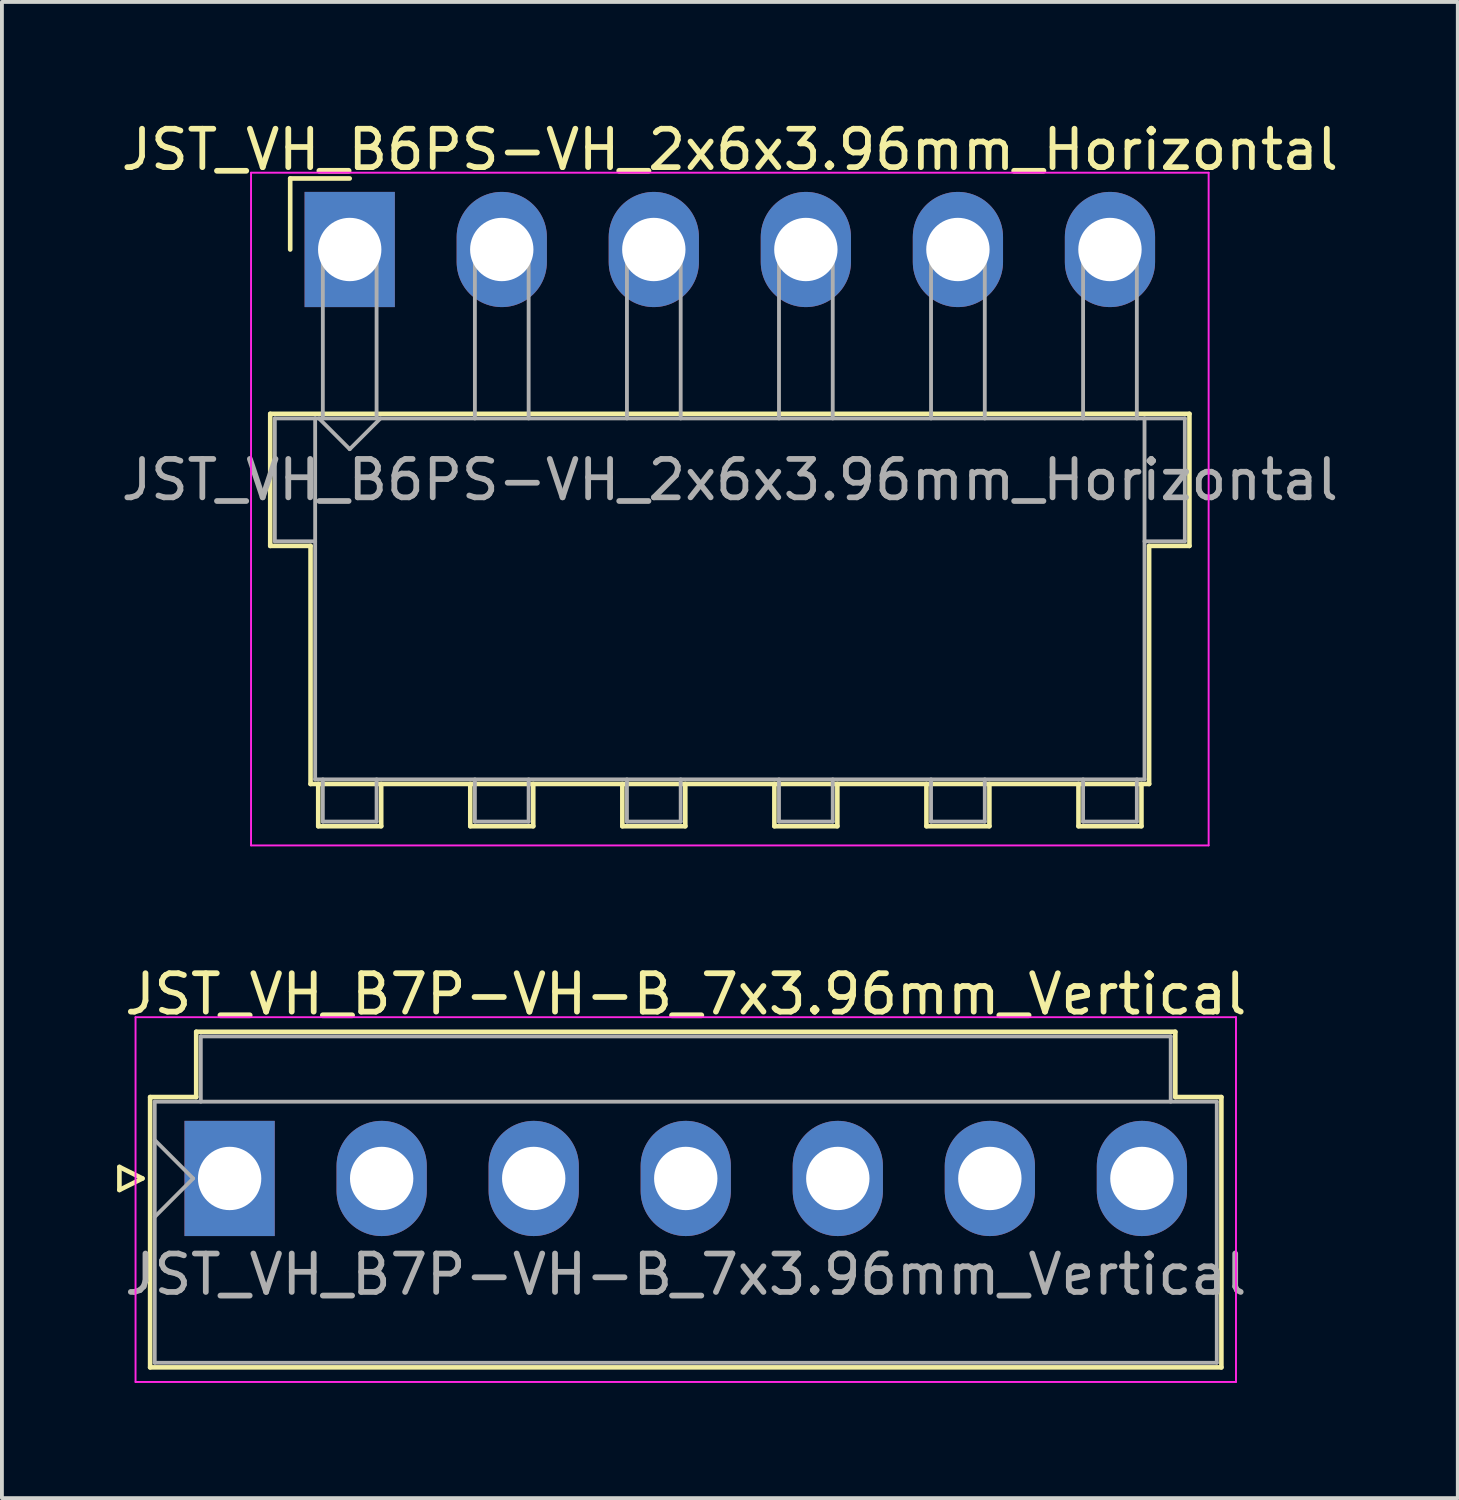
<source format=kicad_pcb>
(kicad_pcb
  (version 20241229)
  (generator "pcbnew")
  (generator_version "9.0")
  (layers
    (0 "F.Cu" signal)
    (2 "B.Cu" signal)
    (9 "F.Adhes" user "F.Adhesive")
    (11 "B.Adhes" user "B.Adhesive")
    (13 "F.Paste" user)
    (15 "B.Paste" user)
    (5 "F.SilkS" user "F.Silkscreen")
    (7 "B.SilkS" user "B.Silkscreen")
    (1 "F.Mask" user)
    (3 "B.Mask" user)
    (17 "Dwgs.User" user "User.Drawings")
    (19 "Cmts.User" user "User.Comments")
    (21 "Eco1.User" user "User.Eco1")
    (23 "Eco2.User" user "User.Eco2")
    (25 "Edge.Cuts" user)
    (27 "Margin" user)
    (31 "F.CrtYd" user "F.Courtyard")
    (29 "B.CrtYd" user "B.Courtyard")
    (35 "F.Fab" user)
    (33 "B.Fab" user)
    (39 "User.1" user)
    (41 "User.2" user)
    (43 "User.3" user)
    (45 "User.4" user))
  (footprint "JST_VH_B6PS-VH_2x6x3.96mm_Horizontal"
    (layer "F.Cu")
    (at 6.058 3.448)
    (property "Reference" "JST_VH_B6PS-VH_2x6x3.96mm_Horizontal" (at 9.9 -2.6 0) (layer "F.SilkS") (effects (font (size 1 1) (thickness 0.15))))
    (attr through_hole)
    (fp_line (start -2.07 4.28) (end 21.87 4.28) (stroke (width 0.12) (type solid)) (layer "F.SilkS"))
    (fp_line (start -2.07 7.72) (end -2.07 4.28) (stroke (width 0.12) (type solid)) (layer "F.SilkS"))
    (fp_line (start -1.55 -1.85) (end -1.55 0) (stroke (width 0.12) (type solid)) (layer "F.SilkS"))
    (fp_line (start -1.02 7.72) (end -2.07 7.72) (stroke (width 0.12) (type solid)) (layer "F.SilkS"))
    (fp_line (start -1.02 13.92) (end -1.02 7.72) (stroke (width 0.12) (type solid)) (layer "F.SilkS"))
    (fp_line (start -0.82 13.92) (end -0.82 15.02) (stroke (width 0.12) (type solid)) (layer "F.SilkS"))
    (fp_line (start -0.82 15.02) (end 0.82 15.02) (stroke (width 0.12) (type solid)) (layer "F.SilkS"))
    (fp_line (start 0 -1.85) (end -1.55 -1.85) (stroke (width 0.12) (type solid)) (layer "F.SilkS"))
    (fp_line (start 0.82 15.02) (end 0.82 13.92) (stroke (width 0.12) (type solid)) (layer "F.SilkS"))
    (fp_line (start 3.14 13.92) (end 3.14 15.02) (stroke (width 0.12) (type solid)) (layer "F.SilkS"))
    (fp_line (start 3.14 15.02) (end 4.78 15.02) (stroke (width 0.12) (type solid)) (layer "F.SilkS"))
    (fp_line (start 4.78 15.02) (end 4.78 13.92) (stroke (width 0.12) (type solid)) (layer "F.SilkS"))
    (fp_line (start 7.1 13.92) (end 7.1 15.02) (stroke (width 0.12) (type solid)) (layer "F.SilkS"))
    (fp_line (start 7.1 15.02) (end 8.74 15.02) (stroke (width 0.12) (type solid)) (layer "F.SilkS"))
    (fp_line (start 8.74 15.02) (end 8.74 13.92) (stroke (width 0.12) (type solid)) (layer "F.SilkS"))
    (fp_line (start 11.06 13.92) (end 11.06 15.02) (stroke (width 0.12) (type solid)) (layer "F.SilkS"))
    (fp_line (start 11.06 15.02) (end 12.7 15.02) (stroke (width 0.12) (type solid)) (layer "F.SilkS"))
    (fp_line (start 12.7 15.02) (end 12.7 13.92) (stroke (width 0.12) (type solid)) (layer "F.SilkS"))
    (fp_line (start 15.02 13.92) (end 15.02 15.02) (stroke (width 0.12) (type solid)) (layer "F.SilkS"))
    (fp_line (start 15.02 15.02) (end 16.66 15.02) (stroke (width 0.12) (type solid)) (layer "F.SilkS"))
    (fp_line (start 16.66 15.02) (end 16.66 13.92) (stroke (width 0.12) (type solid)) (layer "F.SilkS"))
    (fp_line (start 18.98 13.92) (end 18.98 15.02) (stroke (width 0.12) (type solid)) (layer "F.SilkS"))
    (fp_line (start 18.98 15.02) (end 20.62 15.02) (stroke (width 0.12) (type solid)) (layer "F.SilkS"))
    (fp_line (start 20.62 15.02) (end 20.62 13.92) (stroke (width 0.12) (type solid)) (layer "F.SilkS"))
    (fp_line (start 20.82 7.72) (end 20.82 13.92) (stroke (width 0.12) (type solid)) (layer "F.SilkS"))
    (fp_line (start 20.82 13.92) (end -1.02 13.92) (stroke (width 0.12) (type solid)) (layer "F.SilkS"))
    (fp_line (start 21.87 4.28) (end 21.87 7.72) (stroke (width 0.12) (type solid)) (layer "F.SilkS"))
    (fp_line (start 21.87 7.72) (end 20.82 7.72) (stroke (width 0.12) (type solid)) (layer "F.SilkS"))
    (fp_line (start -2.57 -2) (end -2.57 15.52) (stroke (width 0.05) (type solid)) (layer "F.CrtYd"))
    (fp_line (start -2.57 15.52) (end 22.37 15.52) (stroke (width 0.05) (type solid)) (layer "F.CrtYd"))
    (fp_line (start 22.37 -2) (end -2.57 -2) (stroke (width 0.05) (type solid)) (layer "F.CrtYd"))
    (fp_line (start 22.37 15.52) (end 22.37 -2) (stroke (width 0.05) (type solid)) (layer "F.CrtYd"))
    (fp_line (start -1.95 4.4) (end -0.9 4.4) (stroke (width 0.1) (type solid)) (layer "F.Fab"))
    (fp_line (start -1.95 7.6) (end -1.95 4.4) (stroke (width 0.1) (type solid)) (layer "F.Fab"))
    (fp_line (start -0.9 4.4) (end -0.9 13.8) (stroke (width 0.1) (type solid)) (layer "F.Fab"))
    (fp_line (start -0.9 7.6) (end -1.95 7.6) (stroke (width 0.1) (type solid)) (layer "F.Fab"))
    (fp_line (start -0.9 13.8) (end 20.7 13.8) (stroke (width 0.1) (type solid)) (layer "F.Fab"))
    (fp_line (start -0.8 4.4) (end 0 5.2) (stroke (width 0.1) (type solid)) (layer "F.Fab"))
    (fp_line (start -0.7 0) (end 0.7 0) (stroke (width 0.1) (type solid)) (layer "F.Fab"))
    (fp_line (start -0.7 4.4) (end -0.7 0) (stroke (width 0.1) (type solid)) (layer "F.Fab"))
    (fp_line (start -0.7 13.8) (end -0.7 14.9) (stroke (width 0.1) (type solid)) (layer "F.Fab"))
    (fp_line (start -0.7 14.9) (end 0.7 14.9) (stroke (width 0.1) (type solid)) (layer "F.Fab"))
    (fp_line (start 0 5.2) (end 0.8 4.4) (stroke (width 0.1) (type solid)) (layer "F.Fab"))
    (fp_line (start 0.7 0) (end 0.7 4.4) (stroke (width 0.1) (type solid)) (layer "F.Fab"))
    (fp_line (start 0.7 14.9) (end 0.7 13.8) (stroke (width 0.1) (type solid)) (layer "F.Fab"))
    (fp_line (start 3.26 0) (end 4.66 0) (stroke (width 0.1) (type solid)) (layer "F.Fab"))
    (fp_line (start 3.26 4.4) (end 3.26 0) (stroke (width 0.1) (type solid)) (layer "F.Fab"))
    (fp_line (start 3.26 13.8) (end 3.26 14.9) (stroke (width 0.1) (type solid)) (layer "F.Fab"))
    (fp_line (start 3.26 14.9) (end 4.66 14.9) (stroke (width 0.1) (type solid)) (layer "F.Fab"))
    (fp_line (start 4.66 0) (end 4.66 4.4) (stroke (width 0.1) (type solid)) (layer "F.Fab"))
    (fp_line (start 4.66 14.9) (end 4.66 13.8) (stroke (width 0.1) (type solid)) (layer "F.Fab"))
    (fp_line (start 7.22 0) (end 8.62 0) (stroke (width 0.1) (type solid)) (layer "F.Fab"))
    (fp_line (start 7.22 4.4) (end 7.22 0) (stroke (width 0.1) (type solid)) (layer "F.Fab"))
    (fp_line (start 7.22 13.8) (end 7.22 14.9) (stroke (width 0.1) (type solid)) (layer "F.Fab"))
    (fp_line (start 7.22 14.9) (end 8.62 14.9) (stroke (width 0.1) (type solid)) (layer "F.Fab"))
    (fp_line (start 8.62 0) (end 8.62 4.4) (stroke (width 0.1) (type solid)) (layer "F.Fab"))
    (fp_line (start 8.62 14.9) (end 8.62 13.8) (stroke (width 0.1) (type solid)) (layer "F.Fab"))
    (fp_line (start 11.18 0) (end 12.58 0) (stroke (width 0.1) (type solid)) (layer "F.Fab"))
    (fp_line (start 11.18 4.4) (end 11.18 0) (stroke (width 0.1) (type solid)) (layer "F.Fab"))
    (fp_line (start 11.18 13.8) (end 11.18 14.9) (stroke (width 0.1) (type solid)) (layer "F.Fab"))
    (fp_line (start 11.18 14.9) (end 12.58 14.9) (stroke (width 0.1) (type solid)) (layer "F.Fab"))
    (fp_line (start 12.58 0) (end 12.58 4.4) (stroke (width 0.1) (type solid)) (layer "F.Fab"))
    (fp_line (start 12.58 14.9) (end 12.58 13.8) (stroke (width 0.1) (type solid)) (layer "F.Fab"))
    (fp_line (start 15.14 0) (end 16.54 0) (stroke (width 0.1) (type solid)) (layer "F.Fab"))
    (fp_line (start 15.14 4.4) (end 15.14 0) (stroke (width 0.1) (type solid)) (layer "F.Fab"))
    (fp_line (start 15.14 13.8) (end 15.14 14.9) (stroke (width 0.1) (type solid)) (layer "F.Fab"))
    (fp_line (start 15.14 14.9) (end 16.54 14.9) (stroke (width 0.1) (type solid)) (layer "F.Fab"))
    (fp_line (start 16.54 0) (end 16.54 4.4) (stroke (width 0.1) (type solid)) (layer "F.Fab"))
    (fp_line (start 16.54 14.9) (end 16.54 13.8) (stroke (width 0.1) (type solid)) (layer "F.Fab"))
    (fp_line (start 19.1 0) (end 20.5 0) (stroke (width 0.1) (type solid)) (layer "F.Fab"))
    (fp_line (start 19.1 4.4) (end 19.1 0) (stroke (width 0.1) (type solid)) (layer "F.Fab"))
    (fp_line (start 19.1 13.8) (end 19.1 14.9) (stroke (width 0.1) (type solid)) (layer "F.Fab"))
    (fp_line (start 19.1 14.9) (end 20.5 14.9) (stroke (width 0.1) (type solid)) (layer "F.Fab"))
    (fp_line (start 20.5 0) (end 20.5 4.4) (stroke (width 0.1) (type solid)) (layer "F.Fab"))
    (fp_line (start 20.5 14.9) (end 20.5 13.8) (stroke (width 0.1) (type solid)) (layer "F.Fab"))
    (fp_line (start 20.7 4.4) (end -0.9 4.4) (stroke (width 0.1) (type solid)) (layer "F.Fab"))
    (fp_line (start 20.7 4.4) (end 21.75 4.4) (stroke (width 0.1) (type solid)) (layer "F.Fab"))
    (fp_line (start 20.7 13.8) (end 20.7 4.4) (stroke (width 0.1) (type solid)) (layer "F.Fab"))
    (fp_line (start 21.75 4.4) (end 21.75 7.6) (stroke (width 0.1) (type solid)) (layer "F.Fab"))
    (fp_line (start 21.75 7.6) (end 20.7 7.6) (stroke (width 0.1) (type solid)) (layer "F.Fab"))
    (fp_text user "${REFERENCE}" (at 9.9 6 0) (layer "F.Fab") (effects (font (size 1 1) (thickness 0.15))))
    (pad "1" thru_hole rect (at 0 0) (size 2.35 3) (drill 1.65) (layers "*.Cu" "*.Mask"))
    (pad "2" thru_hole oval (at 3.96 0) (size 2.35 3) (drill 1.65) (layers "*.Cu" "*.Mask"))
    (pad "3" thru_hole oval (at 7.92 0) (size 2.35 3) (drill 1.65) (layers "*.Cu" "*.Mask"))
    (pad "4" thru_hole oval (at 11.88 0) (size 2.35 3) (drill 1.65) (layers "*.Cu" "*.Mask"))
    (pad "5" thru_hole oval (at 15.84 0) (size 2.35 3) (drill 1.65) (layers "*.Cu" "*.Mask"))
    (pad "6" thru_hole oval (at 19.8 0) (size 2.35 3) (drill 1.65) (layers "*.Cu" "*.Mask")))
  (footprint "JST_VH_B7P-VH-B_7x3.96mm_Vertical"
    (layer "F.Cu")
    (at 2.93 27.642)
    (property "Reference" "JST_VH_B7P-VH-B_7x3.96mm_Vertical" (at 11.88 -4.8 0) (layer "F.SilkS") (effects (font (size 1 1) (thickness 0.15))))
    (attr through_hole)
    (fp_line (start -2.87 -0.3) (end -2.27 0) (stroke (width 0.12) (type solid)) (layer "F.SilkS"))
    (fp_line (start -2.87 0.3) (end -2.87 -0.3) (stroke (width 0.12) (type solid)) (layer "F.SilkS"))
    (fp_line (start -2.27 0) (end -2.87 0.3) (stroke (width 0.12) (type solid)) (layer "F.SilkS"))
    (fp_line (start -2.07 -2.12) (end -0.87 -2.12) (stroke (width 0.12) (type solid)) (layer "F.SilkS"))
    (fp_line (start -2.07 4.92) (end -2.07 -2.12) (stroke (width 0.12) (type solid)) (layer "F.SilkS"))
    (fp_line (start -0.87 -3.82) (end 24.63 -3.82) (stroke (width 0.12) (type solid)) (layer "F.SilkS"))
    (fp_line (start -0.87 -2.12) (end -0.87 -3.82) (stroke (width 0.12) (type solid)) (layer "F.SilkS"))
    (fp_line (start 24.63 -3.82) (end 24.63 -2.12) (stroke (width 0.12) (type solid)) (layer "F.SilkS"))
    (fp_line (start 24.63 -2.12) (end 25.83 -2.12) (stroke (width 0.12) (type solid)) (layer "F.SilkS"))
    (fp_line (start 25.83 -2.12) (end 25.83 4.92) (stroke (width 0.12) (type solid)) (layer "F.SilkS"))
    (fp_line (start 25.83 4.92) (end -2.07 4.92) (stroke (width 0.12) (type solid)) (layer "F.SilkS"))
    (fp_line (start -2.45 -4.2) (end -2.45 5.3) (stroke (width 0.05) (type solid)) (layer "F.CrtYd"))
    (fp_line (start -2.45 5.3) (end 26.21 5.3) (stroke (width 0.05) (type solid)) (layer "F.CrtYd"))
    (fp_line (start 26.21 -4.2) (end -2.45 -4.2) (stroke (width 0.05) (type solid)) (layer "F.CrtYd"))
    (fp_line (start 26.21 5.3) (end 26.21 -4.2) (stroke (width 0.05) (type solid)) (layer "F.CrtYd"))
    (fp_line (start -1.95 -2) (end -1.95 4.8) (stroke (width 0.1) (type solid)) (layer "F.Fab"))
    (fp_line (start -1.95 -1) (end -0.95 0) (stroke (width 0.1) (type solid)) (layer "F.Fab"))
    (fp_line (start -1.95 1) (end -0.95 0) (stroke (width 0.1) (type solid)) (layer "F.Fab"))
    (fp_line (start -1.95 4.8) (end 25.71 4.8) (stroke (width 0.1) (type solid)) (layer "F.Fab"))
    (fp_line (start -0.75 -3.7) (end 24.51 -3.7) (stroke (width 0.1) (type solid)) (layer "F.Fab"))
    (fp_line (start -0.75 -2) (end -0.75 -3.7) (stroke (width 0.1) (type solid)) (layer "F.Fab"))
    (fp_line (start 24.51 -3.7) (end 24.51 -2) (stroke (width 0.1) (type solid)) (layer "F.Fab"))
    (fp_line (start 25.71 -2) (end -1.95 -2) (stroke (width 0.1) (type solid)) (layer "F.Fab"))
    (fp_line (start 25.71 4.8) (end 25.71 -2) (stroke (width 0.1) (type solid)) (layer "F.Fab"))
    (fp_text user "${REFERENCE}" (at 11.88 2.5 0) (layer "F.Fab") (effects (font (size 1 1) (thickness 0.15))))
    (pad "1" thru_hole rect (at 0 0) (size 2.35 3) (drill 1.65) (layers "*.Cu" "*.Mask"))
    (pad "2" thru_hole oval (at 3.96 0) (size 2.35 3) (drill 1.65) (layers "*.Cu" "*.Mask"))
    (pad "3" thru_hole oval (at 7.92 0) (size 2.35 3) (drill 1.65) (layers "*.Cu" "*.Mask"))
    (pad "4" thru_hole oval (at 11.88 0) (size 2.35 3) (drill 1.65) (layers "*.Cu" "*.Mask"))
    (pad "5" thru_hole oval (at 15.84 0) (size 2.35 3) (drill 1.65) (layers "*.Cu" "*.Mask"))
    (pad "6" thru_hole oval (at 19.8 0) (size 2.35 3) (drill 1.65) (layers "*.Cu" "*.Mask"))
    (pad "7" thru_hole oval (at 23.76 0) (size 2.35 3) (drill 1.65) (layers "*.Cu" "*.Mask")))
  (gr_rect
    (start -3 -3)
    (end 34.917 35.967)
    (stroke (width 0.1) (type default))
    (fill no)
    (layer "Edge.Cuts")))
</source>
